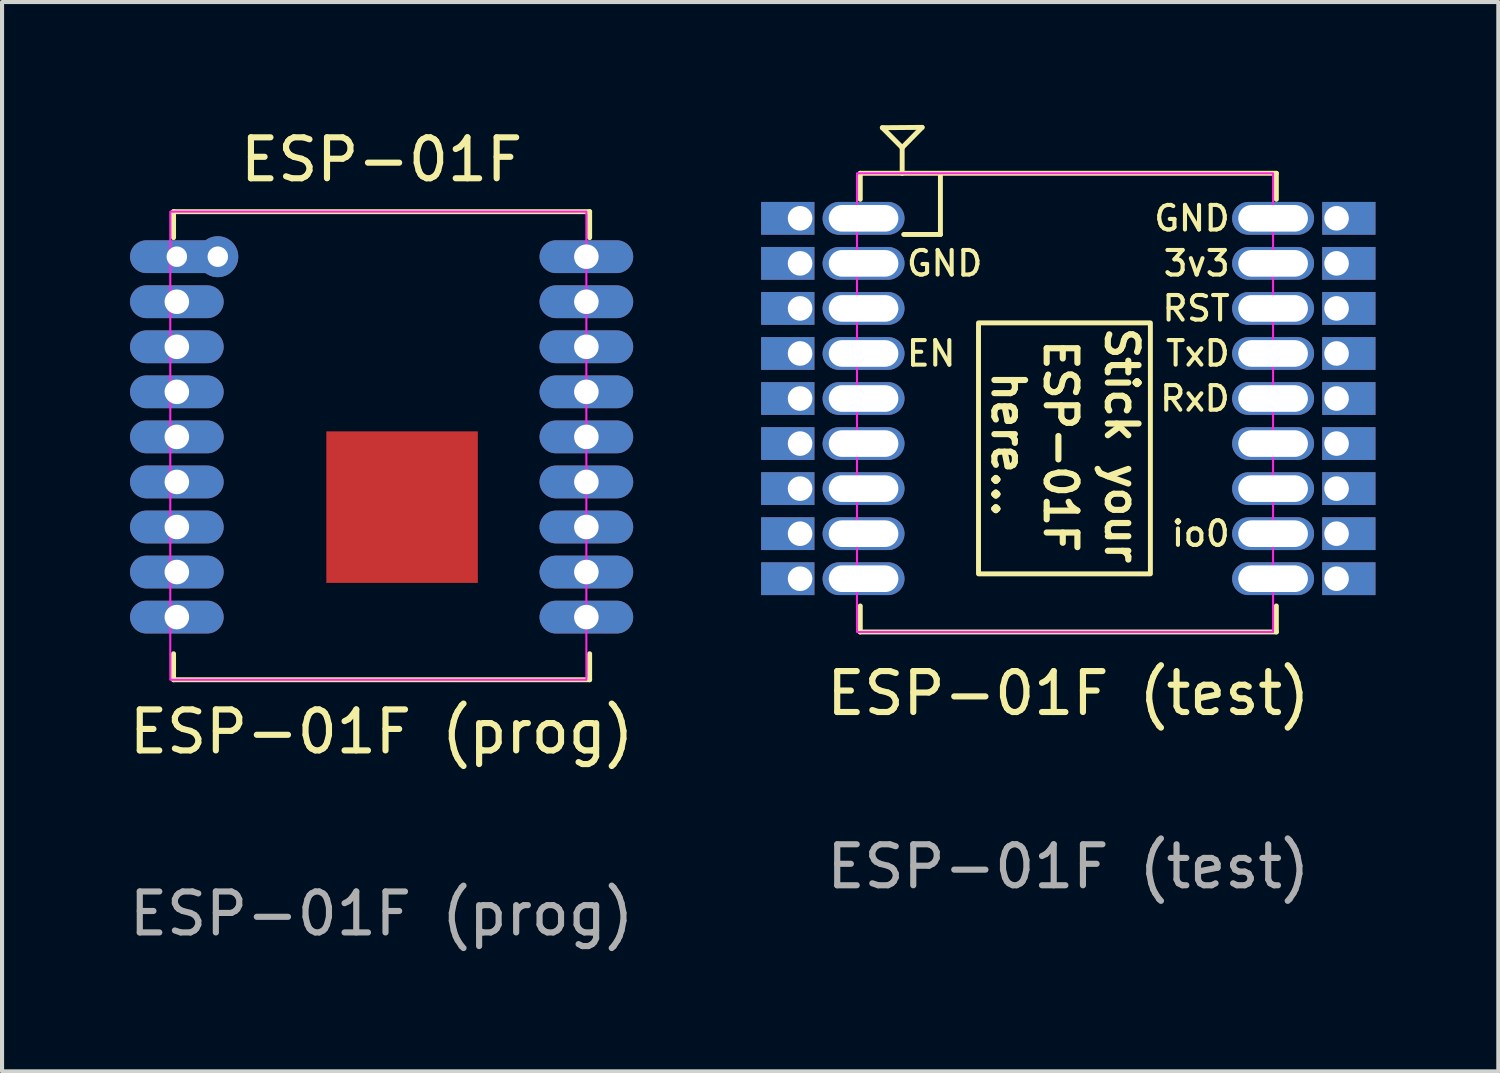
<source format=kicad_pcb>
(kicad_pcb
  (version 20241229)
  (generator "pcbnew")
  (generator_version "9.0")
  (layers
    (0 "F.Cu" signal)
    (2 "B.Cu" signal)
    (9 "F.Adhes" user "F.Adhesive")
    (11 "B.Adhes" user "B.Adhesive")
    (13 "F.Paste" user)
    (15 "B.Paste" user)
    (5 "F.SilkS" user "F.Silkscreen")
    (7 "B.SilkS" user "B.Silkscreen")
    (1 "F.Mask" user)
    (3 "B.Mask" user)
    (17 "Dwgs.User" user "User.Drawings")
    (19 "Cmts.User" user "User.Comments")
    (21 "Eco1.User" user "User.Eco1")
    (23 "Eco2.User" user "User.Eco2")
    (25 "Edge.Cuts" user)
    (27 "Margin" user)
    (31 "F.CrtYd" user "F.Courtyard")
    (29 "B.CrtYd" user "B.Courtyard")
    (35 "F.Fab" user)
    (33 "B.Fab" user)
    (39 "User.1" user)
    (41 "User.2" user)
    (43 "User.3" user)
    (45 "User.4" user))
  (footprint "ESP-01F (test)"
    (layer "F.Cu")
    (at 23.036 6.681)
    (property "Reference" "ESP-01F (test)" (at 0 7.2 0) (unlocked yes) (layer "F.SilkS") (effects (font (size 1 1) (thickness 0.15))))
    (attr through_hole)
    (fp_line (start -5.08 -5.5) (end -5.08 -4.865) (stroke (width 0.12) (type solid)) (layer "F.SilkS"))
    (fp_line (start -5.08 5.065) (end -5.08 5.7) (stroke (width 0.12) (type solid)) (layer "F.SilkS"))
    (fp_line (start -5.08 5.7) (end 5.08 5.7) (stroke (width 0.12) (type solid)) (layer "F.SilkS"))
    (fp_line (start -4.057 -6.126) (end -4.541 -6.613) (stroke (width 0.12) (type solid)) (layer "F.SilkS"))
    (fp_line (start -4.057 -6.126) (end -3.57 -6.621) (stroke (width 0.12) (type solid)) (layer "F.SilkS"))
    (fp_line (start -4.057 -5.497) (end -4.057 -6.126) (stroke (width 0.12) (type solid)) (layer "F.SilkS"))
    (fp_line (start -3.57 -6.621) (end -4.541 -6.613) (stroke (width 0.12) (type solid)) (layer "F.SilkS"))
    (fp_line (start -3.123 -5.433) (end -3.123 -4.006) (stroke (width 0.12) (type solid)) (layer "F.SilkS"))
    (fp_line (start -3.123 -4.006) (end -4.019 -4.006) (stroke (width 0.12) (type solid)) (layer "F.SilkS"))
    (fp_line (start 5.08 -5.5) (end -5.08 -5.5) (stroke (width 0.12) (type solid)) (layer "F.SilkS"))
    (fp_line (start 5.08 -4.865) (end 5.08 -5.5) (stroke (width 0.12) (type solid)) (layer "F.SilkS"))
    (fp_line (start 5.08 5.7) (end 5.08 5.065) (stroke (width 0.12) (type solid)) (layer "F.SilkS"))
    (fp_rect (start 2.004 -1.847) (end -2.193 4.281) (stroke (width 0.12) (type solid)) (fill no) (layer "F.SilkS"))
    (fp_rect (start -5.16 -5.5) (end 5 5.7) (stroke (width 0.05) (type solid)) (fill no) (layer "F.CrtYd"))
    (fp_text user "GND" (at 4 -4.4 0) (unlocked yes) (layer "F.SilkS") (effects (font (size 0.6 0.6) (thickness 0.1)) (justify right)))
    (fp_text user "GND" (at -4 -3.3 0) (unlocked yes) (layer "F.SilkS") (effects (font (size 0.6 0.6) (thickness 0.1)) (justify left)))
    (fp_text user "RxD" (at 4 0 0) (unlocked yes) (layer "F.SilkS") (effects (font (size 0.6 0.6) (thickness 0.1)) (justify right)))
    (fp_text user "ESP-01F" (at -0.189 1.165 270) (unlocked yes) (layer "F.SilkS") (effects (font (size 0.75 0.75) (thickness 0.15))))
    (fp_text user "Stick your" (at 1.304 1.147 270) (unlocked yes) (layer "F.SilkS") (effects (font (size 0.75 0.75) (thickness 0.15))))
    (fp_text user "3v3" (at 4 -3.3 0) (unlocked yes) (layer "F.SilkS") (effects (font (size 0.6 0.6) (thickness 0.1)) (justify right)))
    (fp_text user "EN" (at -4 -1.1 0) (unlocked yes) (layer "F.SilkS") (effects (font (size 0.6 0.6) (thickness 0.1)) (justify left)))
    (fp_text user "RST" (at 4 -2.2 0) (unlocked yes) (layer "F.SilkS") (effects (font (size 0.6 0.6) (thickness 0.1)) (justify right)))
    (fp_text user "here..." (at -1.466 1.119 270) (unlocked yes) (layer "F.SilkS") (effects (font (size 0.75 0.75) (thickness 0.15))))
    (fp_text user "io0" (at 4 3.3 0) (unlocked yes) (layer "F.SilkS") (effects (font (size 0.6 0.6) (thickness 0.1)) (justify right)))
    (fp_text user "TxD" (at 4 -1.1 0) (unlocked yes) (layer "F.SilkS") (effects (font (size 0.6 0.6) (thickness 0.1)) (justify right)))
    (fp_text user "${REFERENCE}" (at 0 11.43 0) (unlocked yes) (layer "F.Fab") (effects (font (size 1 1) (thickness 0.15))))
    (pad "" thru_hole oval (at -5 -4.4) (size 2 0.8) (drill oval 1.7 0.65) (layers "*.Cu" "*.Mask"))
    (pad "" thru_hole oval (at -5 -2.2) (size 2 0.8) (drill oval 1.7 0.65) (layers "*.Cu" "*.Mask"))
    (pad "" thru_hole oval (at -5 0) (size 2 0.8) (drill oval 1.7 0.65) (layers "*.Cu" "*.Mask"))
    (pad "" thru_hole oval (at -5 1.1) (size 2 0.8) (drill oval 1.7 0.65) (layers "*.Cu" "*.Mask"))
    (pad "" thru_hole oval (at -5 2.2) (size 2 0.8) (drill oval 1.7 0.65) (layers "*.Cu" "*.Mask"))
    (pad "" thru_hole oval (at -5 3.3) (size 2 0.8) (drill oval 1.7 0.65) (layers "*.Cu" "*.Mask"))
    (pad "" thru_hole oval (at -5 4.4) (size 2 0.8) (drill oval 1.7 0.65) (layers "*.Cu" "*.Mask"))
    (pad "" thru_hole oval (at 5 1.1 180) (size 2 0.8) (drill oval 1.7 0.65) (layers "*.Cu" "*.Mask"))
    (pad "" thru_hole oval (at 5 2.2 180) (size 2 0.8) (drill oval 1.7 0.65) (layers "*.Cu" "*.Mask"))
    (pad "" thru_hole oval (at 5 4.4 180) (size 2 0.8) (drill oval 1.7 0.65) (layers "*.Cu" "*.Mask"))
    (pad "1" thru_hole rect (at -6.55 -4.4) (size 1.3 0.8) (drill 0.6 (offset -0.3 0)) (layers "*.Cu" "*.Mask"))
    (pad "2" thru_hole rect (at -6.55 -3.3) (size 1.3 0.8) (drill 0.6 (offset -0.3 0)) (layers "*.Cu" "*.Mask"))
    (pad "2" thru_hole oval (at -5 -3.3) (size 2 0.8) (drill oval 1.7 0.65) (layers "*.Cu" "*.Mask"))
    (pad "3" thru_hole rect (at -6.55 -2.2) (size 1.3 0.8) (drill 0.6 (offset -0.3 0)) (layers "*.Cu" "*.Mask"))
    (pad "4" thru_hole rect (at -6.55 -1.1) (size 1.3 0.8) (drill 0.6 (offset -0.3 0)) (layers "*.Cu" "*.Mask"))
    (pad "4" thru_hole oval (at -5 -1.1) (size 2 0.8) (drill oval 1.7 0.65) (layers "*.Cu" "*.Mask"))
    (pad "5" thru_hole rect (at -6.55 0) (size 1.3 0.8) (drill 0.6 (offset -0.3 0)) (layers "*.Cu" "*.Mask"))
    (pad "6" thru_hole rect (at -6.55 1.1) (size 1.3 0.8) (drill 0.6 (offset -0.3 0)) (layers "*.Cu" "*.Mask"))
    (pad "7" thru_hole rect (at -6.55 2.2) (size 1.3 0.8) (drill 0.6 (offset -0.3 0)) (layers "*.Cu" "*.Mask"))
    (pad "8" thru_hole rect (at -6.55 3.3) (size 1.3 0.8) (drill 0.6 (offset -0.3 0)) (layers "*.Cu" "*.Mask"))
    (pad "9" thru_hole rect (at -6.55 4.4) (size 1.3 0.8) (drill 0.6 (offset -0.3 0)) (layers "*.Cu" "*.Mask"))
    (pad "10" thru_hole rect (at 6.55 4.4 180) (size 1.3 0.8) (drill 0.6 (offset -0.3 0)) (layers "*.Cu" "*.Mask"))
    (pad "11" thru_hole oval (at 5 3.3 180) (size 2 0.8) (drill oval 1.7 0.65) (layers "*.Cu" "*.Mask"))
    (pad "11" thru_hole rect (at 6.55 3.3 180) (size 1.3 0.8) (drill 0.6 (offset -0.3 0)) (layers "*.Cu" "*.Mask"))
    (pad "12" thru_hole rect (at 6.55 2.2 180) (size 1.3 0.8) (drill 0.6 (offset -0.3 0)) (layers "*.Cu" "*.Mask"))
    (pad "13" thru_hole rect (at 6.55 1.1 180) (size 1.3 0.8) (drill 0.6 (offset -0.3 0)) (layers "*.Cu" "*.Mask"))
    (pad "14" thru_hole oval (at 5 0 180) (size 2 0.8) (drill oval 1.7 0.65) (layers "*.Cu" "*.Mask"))
    (pad "14" thru_hole rect (at 6.55 0 180) (size 1.3 0.8) (drill 0.6 (offset -0.3 0)) (layers "*.Cu" "*.Mask"))
    (pad "15" thru_hole oval (at 5 -1.1 180) (size 2 0.8) (drill oval 1.7 0.65) (layers "*.Cu" "*.Mask"))
    (pad "15" thru_hole rect (at 6.55 -1.1 180) (size 1.3 0.8) (drill 0.6 (offset -0.3 0)) (layers "*.Cu" "*.Mask"))
    (pad "16" thru_hole oval (at 5 -2.2 180) (size 2 0.8) (drill oval 1.7 0.65) (layers "*.Cu" "*.Mask"))
    (pad "16" thru_hole rect (at 6.55 -2.2 180) (size 1.3 0.8) (drill 0.6 (offset -0.3 0)) (layers "*.Cu" "*.Mask"))
    (pad "17" thru_hole oval (at 5 -3.3 180) (size 2 0.8) (drill oval 1.7 0.65) (layers "*.Cu" "*.Mask"))
    (pad "17" thru_hole rect (at 6.55 -3.3 180) (size 1.3 0.8) (drill 0.6 (offset -0.3 0)) (layers "*.Cu" "*.Mask"))
    (pad "18" thru_hole oval (at 5 -4.4 180) (size 2 0.8) (drill oval 1.7 0.65) (layers "*.Cu" "*.Mask"))
    (pad "18" thru_hole rect (at 6.55 -4.4 180) (size 1.3 0.8) (drill 0.6 (offset -0.3 0)) (layers "*.Cu" "*.Mask")))
  (footprint "ESP-01F (prog)"
    (layer "F.Cu")
    (at 6.268 7.833)
    (property "Reference" "ESP-01F (prog)" (at 0 6.985 0) (unlocked yes) (layer "F.SilkS") (effects (font (size 1 1) (thickness 0.15))))
    (attr through_hole)
    (fp_line (start -5.08 -5.715) (end -5.08 -5.08) (stroke (width 0.12) (type solid)) (layer "F.SilkS"))
    (fp_line (start -5.08 5.08) (end -5.08 5.715) (stroke (width 0.12) (type solid)) (layer "F.SilkS"))
    (fp_line (start -5.08 5.715) (end 5.08 5.715) (stroke (width 0.12) (type solid)) (layer "F.SilkS"))
    (fp_line (start 5.08 -5.715) (end -5.08 -5.715) (stroke (width 0.12) (type solid)) (layer "F.SilkS"))
    (fp_line (start 5.08 -5.08) (end 5.08 -5.715) (stroke (width 0.12) (type solid)) (layer "F.SilkS"))
    (fp_line (start 5.08 5.715) (end 5.08 5.08) (stroke (width 0.12) (type solid)) (layer "F.SilkS"))
    (fp_rect (start -5.16 -5.715) (end 5 5.715) (stroke (width 0.05) (type solid)) (fill no) (layer "F.CrtYd"))
    (fp_text user "ESP-01F" (at 0 -6.985 0) (unlocked yes) (layer "F.SilkS") (effects (font (size 1 1) (thickness 0.15))))
    (fp_text user "${REFERENCE}" (at 0 11.43 0) (unlocked yes) (layer "F.Fab") (effects (font (size 1 1) (thickness 0.15))))
    (pad "1" thru_hole oval (at -5 -4.615) (size 2.286 0.8) (drill 0.5) (layers "*.Cu" "*.Mask"))
    (pad "1" thru_hole circle (at -4 -4.615) (size 1 1) (drill 0.5) (layers "*.Cu" "*.Mask"))
    (pad "2" thru_hole oval (at -5 -3.515) (size 2.286 0.8) (drill 0.6) (layers "*.Cu" "*.Mask"))
    (pad "3" thru_hole oval (at -5 -2.415) (size 2.286 0.8) (drill 0.6) (layers "*.Cu" "*.Mask"))
    (pad "4" thru_hole oval (at -5 -1.315) (size 2.286 0.8) (drill 0.6) (layers "*.Cu" "*.Mask"))
    (pad "5" thru_hole oval (at -5 -0.215) (size 2.286 0.8) (drill 0.6) (layers "*.Cu" "*.Mask"))
    (pad "6" thru_hole oval (at -5 0.885) (size 2.286 0.8) (drill 0.6) (layers "*.Cu" "*.Mask"))
    (pad "7" thru_hole oval (at -5 1.985) (size 2.286 0.8) (drill 0.6) (layers "*.Cu" "*.Mask"))
    (pad "8" thru_hole oval (at -5 3.085) (size 2.286 0.8) (drill 0.6) (layers "*.Cu" "*.Mask"))
    (pad "9" thru_hole oval (at -5 4.185) (size 2.286 0.8) (drill 0.6) (layers "*.Cu" "*.Mask"))
    (pad "10" thru_hole oval (at 5 4.185) (size 2.286 0.8) (drill 0.6) (layers "*.Cu" "*.Mask"))
    (pad "11" thru_hole oval (at 5 3.085) (size 2.286 0.8) (drill 0.6) (layers "*.Cu" "*.Mask"))
    (pad "12" thru_hole oval (at 5 1.985) (size 2.286 0.8) (drill 0.6) (layers "*.Cu" "*.Mask"))
    (pad "13" thru_hole oval (at 5 0.885) (size 2.286 0.8) (drill 0.6) (layers "*.Cu" "*.Mask"))
    (pad "14" thru_hole oval (at 5 -0.215) (size 2.286 0.8) (drill 0.6) (layers "*.Cu" "*.Mask"))
    (pad "15" thru_hole oval (at 5 -1.315) (size 2.286 0.8) (drill 0.6) (layers "*.Cu" "*.Mask"))
    (pad "16" thru_hole oval (at 5 -2.415) (size 2.286 0.8) (drill 0.6) (layers "*.Cu" "*.Mask"))
    (pad "17" thru_hole oval (at 5 -3.515) (size 2.286 0.8) (drill 0.6) (layers "*.Cu" "*.Mask"))
    (pad "18" thru_hole oval (at 5 -4.615) (size 2.286 0.8) (drill 0.6) (layers "*.Cu" "*.Mask"))
    (pad "19" smd rect (at 0.5 1.5) (size 3.7 3.7) (layers "F.Cu" "F.Mask" "F.Paste")))
  (gr_rect
    (start -3 -3)
    (end 33.536 23.111)
    (stroke (width 0.1) (type default))
    (fill no)
    (layer "Edge.Cuts")))
</source>
